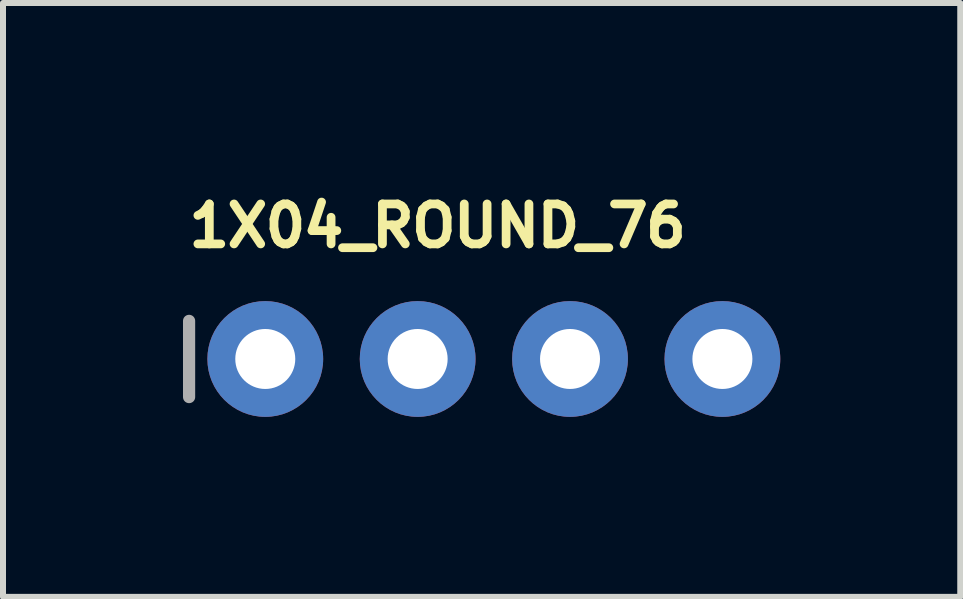
<source format=kicad_pcb>
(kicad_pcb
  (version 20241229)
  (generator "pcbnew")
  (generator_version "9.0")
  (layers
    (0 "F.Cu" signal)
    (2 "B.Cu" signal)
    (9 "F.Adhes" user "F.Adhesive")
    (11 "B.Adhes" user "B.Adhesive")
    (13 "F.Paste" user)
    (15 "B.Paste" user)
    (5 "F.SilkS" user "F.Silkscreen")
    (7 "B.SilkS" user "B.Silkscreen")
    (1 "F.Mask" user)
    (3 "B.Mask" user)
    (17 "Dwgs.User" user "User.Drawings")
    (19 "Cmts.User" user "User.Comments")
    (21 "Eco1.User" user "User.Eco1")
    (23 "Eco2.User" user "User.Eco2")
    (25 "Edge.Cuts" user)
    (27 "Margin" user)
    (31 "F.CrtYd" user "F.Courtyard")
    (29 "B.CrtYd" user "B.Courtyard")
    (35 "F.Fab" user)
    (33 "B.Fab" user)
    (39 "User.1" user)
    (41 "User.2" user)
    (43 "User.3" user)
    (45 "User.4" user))
  (footprint "1X04_ROUND_76"
    (layer "F.Cu")
    (at 5.182 2.934)
    (property "Reference" "1X04_ROUND_76" (at -5.156 -1.829 0) (layer "F.SilkS") (effects (font (size 0.666 0.666) (thickness 0.146)) (justify left bottom)))
    (fp_line (start -5.08 -0.635) (end -5.08 0.635) (stroke (width 0.203) (type solid)) (layer "F.Fab"))
    (fp_poly (pts (xy -4.064 0.254) (xy -3.556 0.254) (xy -3.556 -0.254) (xy -4.064 -0.254)) (stroke (width 0.1) (type default)) (fill no) (layer "F.Fab"))
    (fp_poly (pts (xy -1.524 0.254) (xy -1.016 0.254) (xy -1.016 -0.254) (xy -1.524 -0.254)) (stroke (width 0.1) (type default)) (fill no) (layer "F.Fab"))
    (fp_poly (pts (xy 1.016 0.254) (xy 1.524 0.254) (xy 1.524 -0.254) (xy 1.016 -0.254)) (stroke (width 0.1) (type default)) (fill no) (layer "F.Fab"))
    (fp_poly (pts (xy 3.556 0.254) (xy 4.064 0.254) (xy 4.064 -0.254) (xy 3.556 -0.254)) (stroke (width 0.1) (type default)) (fill no) (layer "F.Fab"))
    (pad "1" thru_hole circle (at -3.81 0 90) (size 1.93 1.93) (drill 1) (layers "*.Cu" "*.Mask"))
    (pad "2" thru_hole circle (at -1.27 0 90) (size 1.93 1.93) (drill 1) (layers "*.Cu" "*.Mask"))
    (pad "3" thru_hole circle (at 1.27 0 90) (size 1.93 1.93) (drill 1) (layers "*.Cu" "*.Mask"))
    (pad "4" thru_hole circle (at 3.81 0 90) (size 1.93 1.93) (drill 1) (layers "*.Cu" "*.Mask")))
  (gr_rect
    (start -3 -3)
    (end 12.957 6.899)
    (stroke (width 0.1) (type default))
    (fill no)
    (layer "Edge.Cuts")))
</source>
